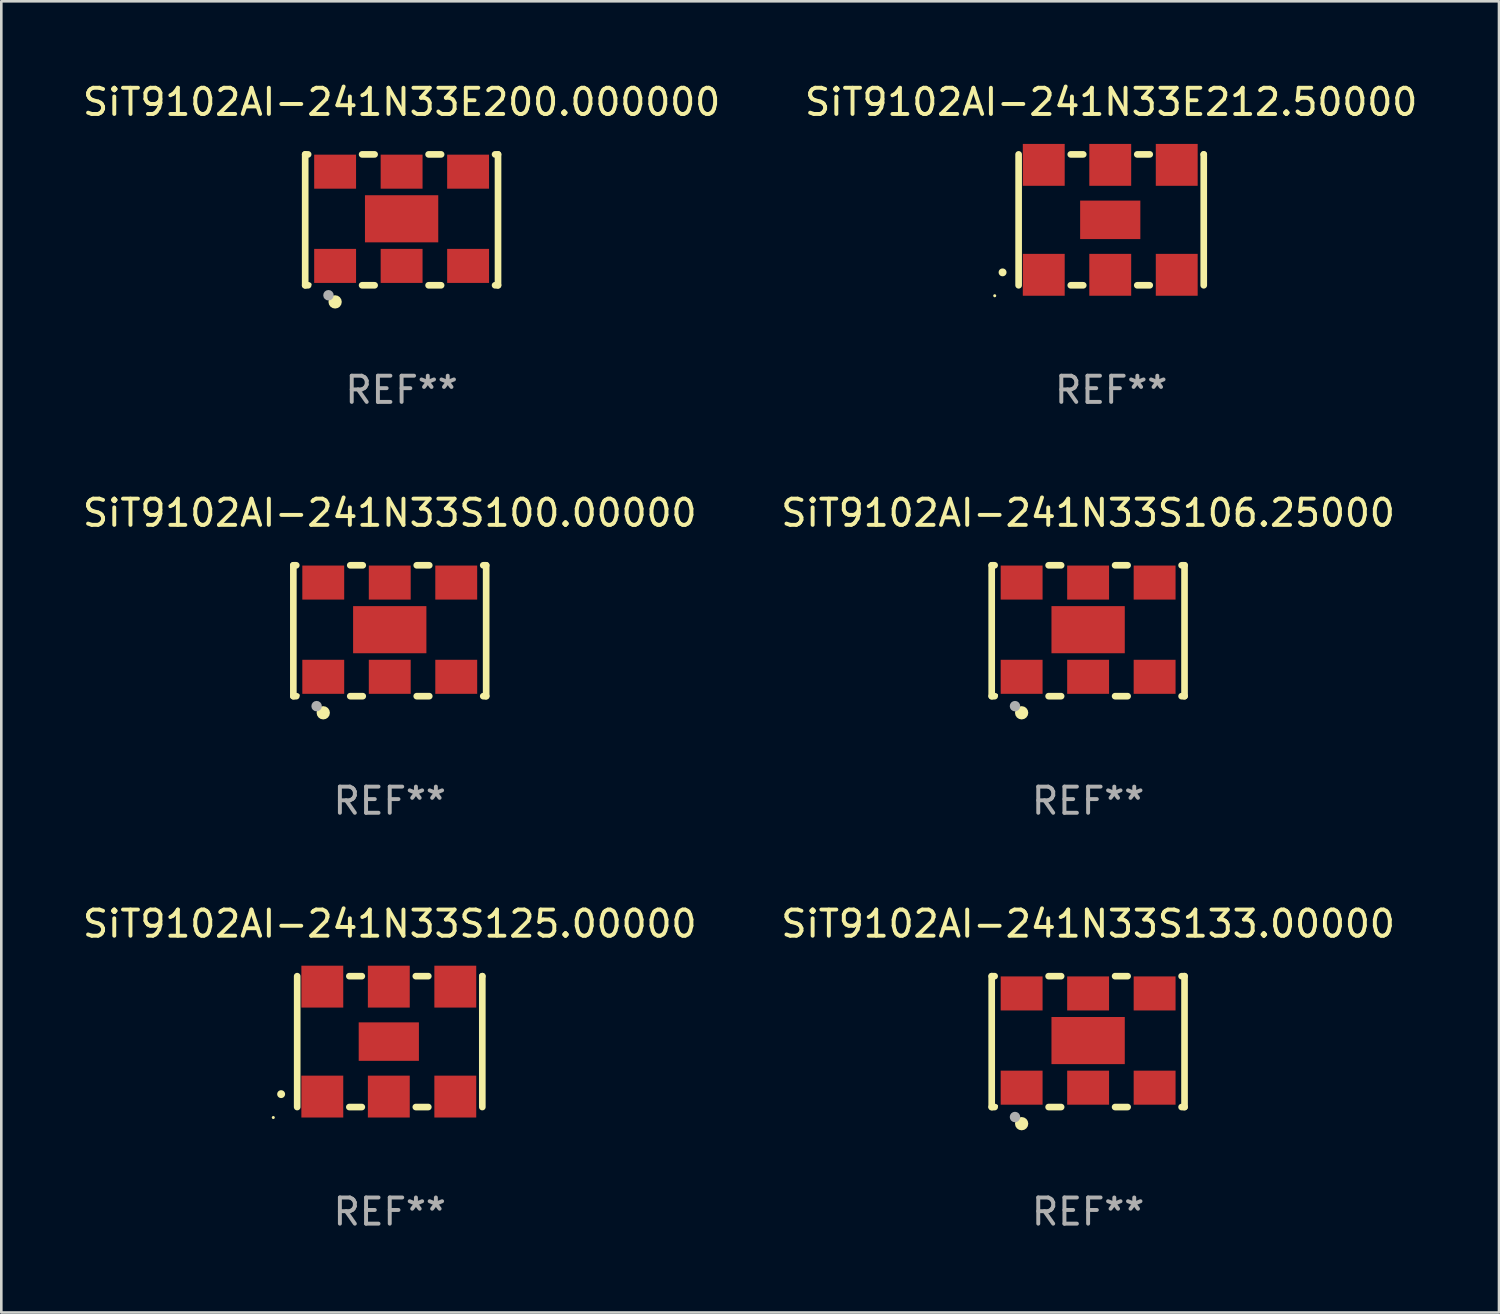
<source format=kicad_pcb>
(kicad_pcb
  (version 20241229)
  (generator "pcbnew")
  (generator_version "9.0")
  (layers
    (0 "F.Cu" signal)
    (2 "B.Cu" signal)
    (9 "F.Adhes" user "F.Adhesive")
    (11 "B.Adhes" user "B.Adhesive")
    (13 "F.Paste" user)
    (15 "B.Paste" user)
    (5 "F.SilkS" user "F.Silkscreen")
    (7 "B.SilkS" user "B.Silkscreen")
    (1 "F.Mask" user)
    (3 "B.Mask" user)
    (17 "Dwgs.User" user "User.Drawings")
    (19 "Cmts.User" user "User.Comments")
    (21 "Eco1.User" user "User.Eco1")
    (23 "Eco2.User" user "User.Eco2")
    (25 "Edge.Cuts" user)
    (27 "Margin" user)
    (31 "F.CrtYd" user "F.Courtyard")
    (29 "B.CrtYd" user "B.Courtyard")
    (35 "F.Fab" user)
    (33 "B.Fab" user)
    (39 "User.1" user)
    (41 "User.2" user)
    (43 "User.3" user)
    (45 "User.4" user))
  (footprint "SiT9102AI-241N33S125.00000"
    (layer "F.Cu")
    (at 11.839 36.741)
    (property "Reference" "SiT9102AI-241N33S125.00000" (at 0 -4.5 0) (layer "F.SilkS") (effects (font (size 1 1) (thickness 0.15))))
    (attr through_hole)
    (fp_line (start -3.536 -2.5) (end -3.536 2.5) (stroke (width 0.254) (type solid)) (layer "F.SilkS"))
    (fp_line (start -1.544 2.5) (end -1.067 2.5) (stroke (width 0.254) (type solid)) (layer "F.SilkS"))
    (fp_line (start -1.067 -2.5) (end -1.544 -2.5) (stroke (width 0.254) (type solid)) (layer "F.SilkS"))
    (fp_line (start 0.996 2.5) (end 1.473 2.5) (stroke (width 0.254) (type solid)) (layer "F.SilkS"))
    (fp_line (start 1.473 -2.5) (end 0.996 -2.5) (stroke (width 0.254) (type solid)) (layer "F.SilkS"))
    (fp_line (start 3.536 -2.5) (end 3.536 -2.5) (stroke (width 0.254) (type solid)) (layer "F.SilkS"))
    (fp_line (start 3.536 2.5) (end 3.536 -2.5) (stroke (width 0.254) (type solid)) (layer "F.SilkS"))
    (fp_arc (start -4.150432 2.006604) (mid -4.149162 2.006599) (end -4.147892 2.006604) (stroke (width 0.3) (type solid)) (layer "F.SilkS"))
    (fp_circle (center -4.449 2.9) (end -4.419 2.9) (stroke (width 0.06) (type solid)) (fill no) (layer "F.SilkS"))
    (fp_text user "REF**" (at 0 6.5 0) (layer "F.Fab") (effects (font (size 1 1) (thickness 0.15))))
    (pad "1" smd rect (at -2.576 2.1) (size 1.6 1.6) (layers "F.Cu" "F.Mask" "F.Paste"))
    (pad "2" smd rect (at -0.036 2.1) (size 1.6 1.6) (layers "F.Cu" "F.Mask" "F.Paste"))
    (pad "3" smd rect (at 2.504 2.1) (size 1.6 1.6) (layers "F.Cu" "F.Mask" "F.Paste"))
    (pad "4" smd rect (at 2.504 -2.1) (size 1.6 1.6) (layers "F.Cu" "F.Mask" "F.Paste"))
    (pad "5" smd rect (at -0.036 -2.1) (size 1.6 1.6) (layers "F.Cu" "F.Mask" "F.Paste"))
    (pad "6" smd rect (at -2.576 -2.1) (size 1.6 1.6) (layers "F.Cu" "F.Mask" "F.Paste"))
    (pad "7" smd rect (at -0.036 0) (size 2.3 1.47) (layers "F.Cu" "F.Mask" "F.Paste")))
  (footprint "SiT9102AI-241N33S100.00000"
    (layer "F.Cu")
    (at 11.839 21.045)
    (property "Reference" "SiT9102AI-241N33S100.00000" (at 0 -4.5 0) (layer "F.SilkS") (effects (font (size 1 1) (thickness 0.15))))
    (attr through_hole)
    (fp_line (start -3.683 -2.5) (end -3.571 -2.5) (stroke (width 0.254) (type solid)) (layer "F.SilkS"))
    (fp_line (start -3.683 2.5) (end -3.683 -2.5) (stroke (width 0.254) (type solid)) (layer "F.SilkS"))
    (fp_line (start -3.683 2.5) (end -3.571 2.5) (stroke (width 0.254) (type solid)) (layer "F.SilkS"))
    (fp_line (start -1.509 -2.5) (end -1.031 -2.5) (stroke (width 0.254) (type solid)) (layer "F.SilkS"))
    (fp_line (start -1.509 2.5) (end -1.031 2.5) (stroke (width 0.254) (type solid)) (layer "F.SilkS"))
    (fp_line (start 1.031 -2.5) (end 1.509 -2.5) (stroke (width 0.254) (type solid)) (layer "F.SilkS"))
    (fp_line (start 1.031 2.5) (end 1.509 2.5) (stroke (width 0.254) (type solid)) (layer "F.SilkS"))
    (fp_line (start 3.571 -2.5) (end 3.683 -2.5) (stroke (width 0.254) (type solid)) (layer "F.SilkS"))
    (fp_line (start 3.571 2.5) (end 3.683 2.5) (stroke (width 0.254) (type solid)) (layer "F.SilkS"))
    (fp_line (start 3.683 2.5) (end 3.683 -2.5) (stroke (width 0.254) (type solid)) (layer "F.SilkS"))
    (fp_circle (center -3.5 2.46) (end -3.47 2.46) (stroke (width 0.06) (type solid)) (fill no) (layer "F.SilkS"))
    (fp_circle (center -2.54 3.135) (end -2.413 3.135) (stroke (width 0.254) (type solid)) (fill no) (layer "F.SilkS"))
    (fp_circle (center -2.794 2.881) (end -2.694 2.881) (stroke (width 0.2) (type solid)) (fill no) (layer "F.Fab"))
    (fp_text user "REF**" (at 0 6.5 0) (layer "F.Fab") (effects (font (size 1 1) (thickness 0.15))))
    (pad "1" smd rect (at -2.54 1.76) (size 1.6 1.3) (layers "F.Cu" "F.Mask" "F.Paste"))
    (pad "2" smd rect (at 0 1.76) (size 1.6 1.3) (layers "F.Cu" "F.Mask" "F.Paste"))
    (pad "3" smd rect (at 2.54 1.76) (size 1.6 1.3) (layers "F.Cu" "F.Mask" "F.Paste"))
    (pad "4" smd rect (at 2.54 -1.84) (size 1.6 1.3) (layers "F.Cu" "F.Mask" "F.Paste"))
    (pad "5" smd rect (at 0 -1.84) (size 1.6 1.3) (layers "F.Cu" "F.Mask" "F.Paste"))
    (pad "6" smd rect (at -2.54 -1.84) (size 1.6 1.3) (layers "F.Cu" "F.Mask" "F.Paste"))
    (pad "7" smd rect (at 0 -0.04) (size 2.8 1.8) (layers "F.Cu" "F.Mask" "F.Paste")))
  (footprint "SiT9102AI-241N33S106.25000"
    (layer "F.Cu")
    (at 38.518 21.045)
    (property "Reference" "SiT9102AI-241N33S106.25000" (at 0 -4.5 0) (layer "F.SilkS") (effects (font (size 1 1) (thickness 0.15))))
    (attr through_hole)
    (fp_line (start -3.683 -2.5) (end -3.571 -2.5) (stroke (width 0.254) (type solid)) (layer "F.SilkS"))
    (fp_line (start -3.683 2.5) (end -3.683 -2.5) (stroke (width 0.254) (type solid)) (layer "F.SilkS"))
    (fp_line (start -3.683 2.5) (end -3.571 2.5) (stroke (width 0.254) (type solid)) (layer "F.SilkS"))
    (fp_line (start -1.509 -2.5) (end -1.031 -2.5) (stroke (width 0.254) (type solid)) (layer "F.SilkS"))
    (fp_line (start -1.509 2.5) (end -1.031 2.5) (stroke (width 0.254) (type solid)) (layer "F.SilkS"))
    (fp_line (start 1.031 -2.5) (end 1.509 -2.5) (stroke (width 0.254) (type solid)) (layer "F.SilkS"))
    (fp_line (start 1.031 2.5) (end 1.509 2.5) (stroke (width 0.254) (type solid)) (layer "F.SilkS"))
    (fp_line (start 3.571 -2.5) (end 3.683 -2.5) (stroke (width 0.254) (type solid)) (layer "F.SilkS"))
    (fp_line (start 3.571 2.5) (end 3.683 2.5) (stroke (width 0.254) (type solid)) (layer "F.SilkS"))
    (fp_line (start 3.683 2.5) (end 3.683 -2.5) (stroke (width 0.254) (type solid)) (layer "F.SilkS"))
    (fp_circle (center -3.5 2.46) (end -3.47 2.46) (stroke (width 0.06) (type solid)) (fill no) (layer "F.SilkS"))
    (fp_circle (center -2.54 3.135) (end -2.413 3.135) (stroke (width 0.254) (type solid)) (fill no) (layer "F.SilkS"))
    (fp_circle (center -2.794 2.881) (end -2.694 2.881) (stroke (width 0.2) (type solid)) (fill no) (layer "F.Fab"))
    (fp_text user "REF**" (at 0 6.5 0) (layer "F.Fab") (effects (font (size 1 1) (thickness 0.15))))
    (pad "1" smd rect (at -2.54 1.76) (size 1.6 1.3) (layers "F.Cu" "F.Mask" "F.Paste"))
    (pad "2" smd rect (at 0 1.76) (size 1.6 1.3) (layers "F.Cu" "F.Mask" "F.Paste"))
    (pad "3" smd rect (at 2.54 1.76) (size 1.6 1.3) (layers "F.Cu" "F.Mask" "F.Paste"))
    (pad "4" smd rect (at 2.54 -1.84) (size 1.6 1.3) (layers "F.Cu" "F.Mask" "F.Paste"))
    (pad "5" smd rect (at 0 -1.84) (size 1.6 1.3) (layers "F.Cu" "F.Mask" "F.Paste"))
    (pad "6" smd rect (at -2.54 -1.84) (size 1.6 1.3) (layers "F.Cu" "F.Mask" "F.Paste"))
    (pad "7" smd rect (at 0 -0.04) (size 2.8 1.8) (layers "F.Cu" "F.Mask" "F.Paste")))
  (footprint "SiT9102AI-241N33S133.00000"
    (layer "F.Cu")
    (at 38.518 36.741)
    (property "Reference" "SiT9102AI-241N33S133.00000" (at 0 -4.5 0) (layer "F.SilkS") (effects (font (size 1 1) (thickness 0.15))))
    (attr through_hole)
    (fp_line (start -3.683 -2.5) (end -3.571 -2.5) (stroke (width 0.254) (type solid)) (layer "F.SilkS"))
    (fp_line (start -3.683 2.5) (end -3.683 -2.5) (stroke (width 0.254) (type solid)) (layer "F.SilkS"))
    (fp_line (start -3.683 2.5) (end -3.571 2.5) (stroke (width 0.254) (type solid)) (layer "F.SilkS"))
    (fp_line (start -1.509 -2.5) (end -1.031 -2.5) (stroke (width 0.254) (type solid)) (layer "F.SilkS"))
    (fp_line (start -1.509 2.5) (end -1.031 2.5) (stroke (width 0.254) (type solid)) (layer "F.SilkS"))
    (fp_line (start 1.031 -2.5) (end 1.509 -2.5) (stroke (width 0.254) (type solid)) (layer "F.SilkS"))
    (fp_line (start 1.031 2.5) (end 1.509 2.5) (stroke (width 0.254) (type solid)) (layer "F.SilkS"))
    (fp_line (start 3.571 -2.5) (end 3.683 -2.5) (stroke (width 0.254) (type solid)) (layer "F.SilkS"))
    (fp_line (start 3.571 2.5) (end 3.683 2.5) (stroke (width 0.254) (type solid)) (layer "F.SilkS"))
    (fp_line (start 3.683 2.5) (end 3.683 -2.5) (stroke (width 0.254) (type solid)) (layer "F.SilkS"))
    (fp_circle (center -3.5 2.46) (end -3.47 2.46) (stroke (width 0.06) (type solid)) (fill no) (layer "F.SilkS"))
    (fp_circle (center -2.54 3.135) (end -2.413 3.135) (stroke (width 0.254) (type solid)) (fill no) (layer "F.SilkS"))
    (fp_circle (center -2.794 2.881) (end -2.694 2.881) (stroke (width 0.2) (type solid)) (fill no) (layer "F.Fab"))
    (fp_text user "REF**" (at 0 6.5 0) (layer "F.Fab") (effects (font (size 1 1) (thickness 0.15))))
    (pad "1" smd rect (at -2.54 1.76) (size 1.6 1.3) (layers "F.Cu" "F.Mask" "F.Paste"))
    (pad "2" smd rect (at 0 1.76) (size 1.6 1.3) (layers "F.Cu" "F.Mask" "F.Paste"))
    (pad "3" smd rect (at 2.54 1.76) (size 1.6 1.3) (layers "F.Cu" "F.Mask" "F.Paste"))
    (pad "4" smd rect (at 2.54 -1.84) (size 1.6 1.3) (layers "F.Cu" "F.Mask" "F.Paste"))
    (pad "5" smd rect (at 0 -1.84) (size 1.6 1.3) (layers "F.Cu" "F.Mask" "F.Paste"))
    (pad "6" smd rect (at -2.54 -1.84) (size 1.6 1.3) (layers "F.Cu" "F.Mask" "F.Paste"))
    (pad "7" smd rect (at 0 -0.04) (size 2.8 1.8) (layers "F.Cu" "F.Mask" "F.Paste")))
  (footprint "SiT9102AI-241N33E200.000000"
    (layer "F.Cu")
    (at 12.292 5.348)
    (property "Reference" "SiT9102AI-241N33E200.000000" (at 0 -4.5 0) (layer "F.SilkS") (effects (font (size 1 1) (thickness 0.15))))
    (attr through_hole)
    (fp_line (start -3.683 -2.5) (end -3.571 -2.5) (stroke (width 0.254) (type solid)) (layer "F.SilkS"))
    (fp_line (start -3.683 2.5) (end -3.683 -2.5) (stroke (width 0.254) (type solid)) (layer "F.SilkS"))
    (fp_line (start -3.683 2.5) (end -3.571 2.5) (stroke (width 0.254) (type solid)) (layer "F.SilkS"))
    (fp_line (start -1.509 -2.5) (end -1.031 -2.5) (stroke (width 0.254) (type solid)) (layer "F.SilkS"))
    (fp_line (start -1.509 2.5) (end -1.031 2.5) (stroke (width 0.254) (type solid)) (layer "F.SilkS"))
    (fp_line (start 1.031 -2.5) (end 1.509 -2.5) (stroke (width 0.254) (type solid)) (layer "F.SilkS"))
    (fp_line (start 1.031 2.5) (end 1.509 2.5) (stroke (width 0.254) (type solid)) (layer "F.SilkS"))
    (fp_line (start 3.571 -2.5) (end 3.683 -2.5) (stroke (width 0.254) (type solid)) (layer "F.SilkS"))
    (fp_line (start 3.571 2.5) (end 3.683 2.5) (stroke (width 0.254) (type solid)) (layer "F.SilkS"))
    (fp_line (start 3.683 2.5) (end 3.683 -2.5) (stroke (width 0.254) (type solid)) (layer "F.SilkS"))
    (fp_circle (center -3.5 2.46) (end -3.47 2.46) (stroke (width 0.06) (type solid)) (fill no) (layer "F.SilkS"))
    (fp_circle (center -2.54 3.135) (end -2.413 3.135) (stroke (width 0.254) (type solid)) (fill no) (layer "F.SilkS"))
    (fp_circle (center -2.794 2.881) (end -2.694 2.881) (stroke (width 0.2) (type solid)) (fill no) (layer "F.Fab"))
    (fp_text user "REF**" (at 0 6.5 0) (layer "F.Fab") (effects (font (size 1 1) (thickness 0.15))))
    (pad "1" smd rect (at -2.54 1.76) (size 1.6 1.3) (layers "F.Cu" "F.Mask" "F.Paste"))
    (pad "2" smd rect (at 0 1.76) (size 1.6 1.3) (layers "F.Cu" "F.Mask" "F.Paste"))
    (pad "3" smd rect (at 2.54 1.76) (size 1.6 1.3) (layers "F.Cu" "F.Mask" "F.Paste"))
    (pad "4" smd rect (at 2.54 -1.84) (size 1.6 1.3) (layers "F.Cu" "F.Mask" "F.Paste"))
    (pad "5" smd rect (at 0 -1.84) (size 1.6 1.3) (layers "F.Cu" "F.Mask" "F.Paste"))
    (pad "6" smd rect (at -2.54 -1.84) (size 1.6 1.3) (layers "F.Cu" "F.Mask" "F.Paste"))
    (pad "7" smd rect (at 0 -0.04) (size 2.8 1.8) (layers "F.Cu" "F.Mask" "F.Paste")))
  (footprint "SiT9102AI-241N33E212.50000"
    (layer "F.Cu")
    (at 39.399 5.348)
    (property "Reference" "SiT9102AI-241N33E212.50000" (at 0 -4.5 0) (layer "F.SilkS") (effects (font (size 1 1) (thickness 0.15))))
    (attr through_hole)
    (fp_line (start -3.536 -2.5) (end -3.536 2.5) (stroke (width 0.254) (type solid)) (layer "F.SilkS"))
    (fp_line (start -1.544 2.5) (end -1.067 2.5) (stroke (width 0.254) (type solid)) (layer "F.SilkS"))
    (fp_line (start -1.067 -2.5) (end -1.544 -2.5) (stroke (width 0.254) (type solid)) (layer "F.SilkS"))
    (fp_line (start 0.996 2.5) (end 1.473 2.5) (stroke (width 0.254) (type solid)) (layer "F.SilkS"))
    (fp_line (start 1.473 -2.5) (end 0.996 -2.5) (stroke (width 0.254) (type solid)) (layer "F.SilkS"))
    (fp_line (start 3.536 -2.5) (end 3.536 -2.5) (stroke (width 0.254) (type solid)) (layer "F.SilkS"))
    (fp_line (start 3.536 2.5) (end 3.536 -2.5) (stroke (width 0.254) (type solid)) (layer "F.SilkS"))
    (fp_arc (start -4.150432 2.006604) (mid -4.149162 2.006599) (end -4.147892 2.006604) (stroke (width 0.3) (type solid)) (layer "F.SilkS"))
    (fp_circle (center -4.449 2.9) (end -4.419 2.9) (stroke (width 0.06) (type solid)) (fill no) (layer "F.SilkS"))
    (fp_text user "REF**" (at 0 6.5 0) (layer "F.Fab") (effects (font (size 1 1) (thickness 0.15))))
    (pad "1" smd rect (at -2.576 2.1) (size 1.6 1.6) (layers "F.Cu" "F.Mask" "F.Paste"))
    (pad "2" smd rect (at -0.036 2.1) (size 1.6 1.6) (layers "F.Cu" "F.Mask" "F.Paste"))
    (pad "3" smd rect (at 2.504 2.1) (size 1.6 1.6) (layers "F.Cu" "F.Mask" "F.Paste"))
    (pad "4" smd rect (at 2.504 -2.1) (size 1.6 1.6) (layers "F.Cu" "F.Mask" "F.Paste"))
    (pad "5" smd rect (at -0.036 -2.1) (size 1.6 1.6) (layers "F.Cu" "F.Mask" "F.Paste"))
    (pad "6" smd rect (at -2.576 -2.1) (size 1.6 1.6) (layers "F.Cu" "F.Mask" "F.Paste"))
    (pad "7" smd rect (at -0.036 0) (size 2.3 1.47) (layers "F.Cu" "F.Mask" "F.Paste")))
  (gr_rect
    (start -3 -3)
    (end 54.214 47.09)
    (stroke (width 0.1) (type default))
    (fill no)
    (layer "Edge.Cuts")))
</source>
